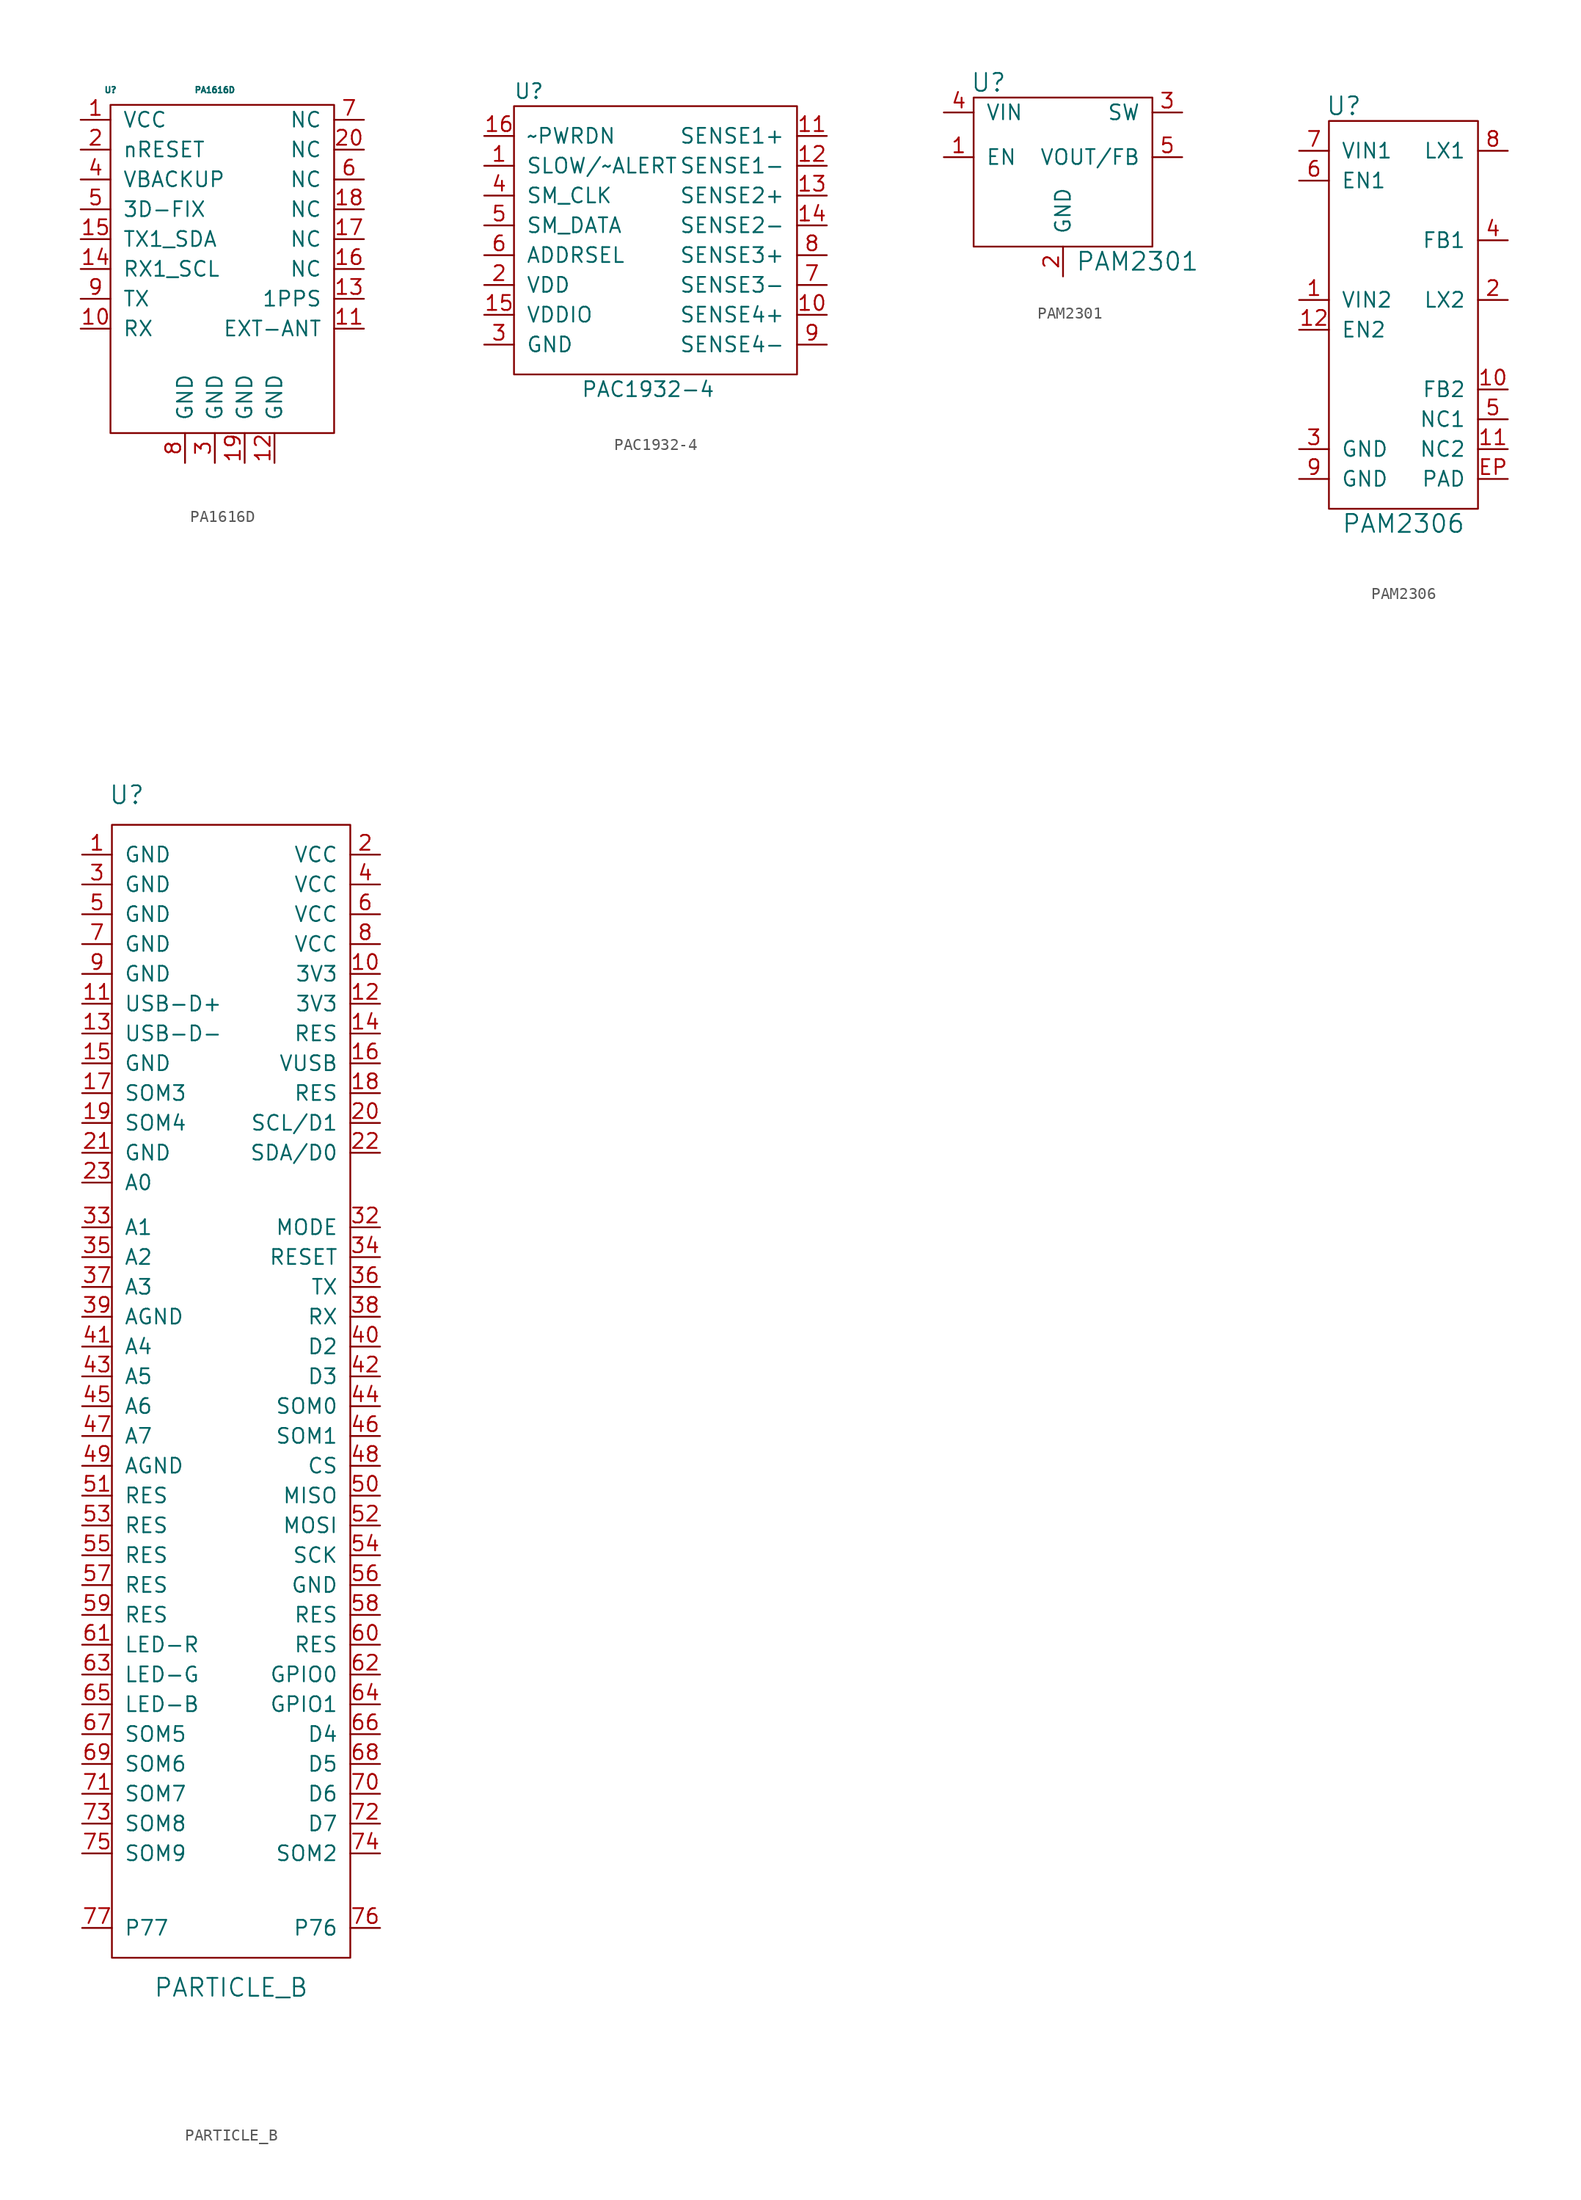
<source format=kicad_sym>
(kicad_symbol_lib
  (version 20210619)
  (generator kicad_symbol_editor)
  (symbol "tinkerforge:PA1616D"
    (pin_names
      (offset 1.016))
    (property "Reference" "U"
      (at -10.16 12.7 0)
      (effects (font (size 0.508 0.508))))
    (property "Value" "PA1616D"
      (at -1.27 12.7 0)
      (effects (font (size 0.508 0.508))))
    (symbol "PA1616D_0_1"
      (rectangle (start -10.16 11.43) (end 8.89 -16.51) (stroke (width 0)) (fill (type none))))
    (symbol "PA1616D_1_1"
      (pin input line (at -12.7 10.16 0) (length 2.54) (name "VCC" (effects (font (size 1.27 1.27)))) (number "1" (effects (font (size 1.27 1.27)))))
      (pin input line (at -12.7 -7.62 0) (length 2.54) (name "RX" (effects (font (size 1.27 1.27)))) (number "10" (effects (font (size 1.27 1.27)))))
      (pin input line (at 11.43 -7.62 180) (length 2.54) (name "EXT-ANT" (effects (font (size 1.27 1.27)))) (number "11" (effects (font (size 1.27 1.27)))))
      (pin input line (at 3.81 -19.05 90) (length 2.54) (name "GND" (effects (font (size 1.27 1.27)))) (number "12" (effects (font (size 1.27 1.27)))))
      (pin input line (at 11.43 -5.08 180) (length 2.54) (name "1PPS" (effects (font (size 1.27 1.27)))) (number "13" (effects (font (size 1.27 1.27)))))
      (pin input line (at -12.7 -2.54 0) (length 2.54) (name "RX1_SCL" (effects (font (size 1.27 1.27)))) (number "14" (effects (font (size 1.27 1.27)))))
      (pin input line (at -12.7 0 0) (length 2.54) (name "TX1_SDA" (effects (font (size 1.27 1.27)))) (number "15" (effects (font (size 1.27 1.27)))))
      (pin input line (at 11.43 -2.54 180) (length 2.54) (name "NC" (effects (font (size 1.27 1.27)))) (number "16" (effects (font (size 1.27 1.27)))))
      (pin input line (at 11.43 0 180) (length 2.54) (name "NC" (effects (font (size 1.27 1.27)))) (number "17" (effects (font (size 1.27 1.27)))))
      (pin input line (at 11.43 2.54 180) (length 2.54) (name "NC" (effects (font (size 1.27 1.27)))) (number "18" (effects (font (size 1.27 1.27)))))
      (pin input line (at 1.27 -19.05 90) (length 2.54) (name "GND" (effects (font (size 1.27 1.27)))) (number "19" (effects (font (size 1.27 1.27)))))
      (pin input line (at -12.7 7.62 0) (length 2.54) (name "nRESET" (effects (font (size 1.27 1.27)))) (number "2" (effects (font (size 1.27 1.27)))))
      (pin input line (at 11.43 7.62 180) (length 2.54) (name "NC" (effects (font (size 1.27 1.27)))) (number "20" (effects (font (size 1.27 1.27)))))
      (pin input line (at -1.27 -19.05 90) (length 2.54) (name "GND" (effects (font (size 1.27 1.27)))) (number "3" (effects (font (size 1.27 1.27)))))
      (pin input line (at -12.7 5.08 0) (length 2.54) (name "VBACKUP" (effects (font (size 1.27 1.27)))) (number "4" (effects (font (size 1.27 1.27)))))
      (pin input line (at -12.7 2.54 0) (length 2.54) (name "3D-FIX" (effects (font (size 1.27 1.27)))) (number "5" (effects (font (size 1.27 1.27)))))
      (pin input line (at 11.43 5.08 180) (length 2.54) (name "NC" (effects (font (size 1.27 1.27)))) (number "6" (effects (font (size 1.27 1.27)))))
      (pin input line (at 11.43 10.16 180) (length 2.54) (name "NC" (effects (font (size 1.27 1.27)))) (number "7" (effects (font (size 1.27 1.27)))))
      (pin input line (at -3.81 -19.05 90) (length 2.54) (name "GND" (effects (font (size 1.27 1.27)))) (number "8" (effects (font (size 1.27 1.27)))))
      (pin input line (at -12.7 -5.08 0) (length 2.54) (name "TX" (effects (font (size 1.27 1.27)))) (number "9" (effects (font (size 1.27 1.27)))))))
  (symbol "tinkerforge:PAC1932-4"
    (pin_names
      (offset 1.016))
    (property "Reference" "U"
      (at -31.75 -5.08 0)
      (effects (font (size 1.27 1.27))))
    (property "Value" "PAC1932-4"
      (at -21.59 -30.48 0)
      (effects (font (size 1.27 1.27))))
    (symbol "PAC1932-4_0_1"
      (rectangle (start -33.02 -6.35) (end -8.89 -29.21) (stroke (width 0)) (fill (type none))))
    (symbol "PAC1932-4_1_1"
      (pin passive line (at -35.56 -11.43 0) (length 2.54) (name "SLOW/~ALERT" (effects (font (size 1.27 1.27)))) (number "1" (effects (font (size 1.27 1.27)))))
      (pin passive line (at -6.35 -24.13 180) (length 2.54) (name "SENSE4+" (effects (font (size 1.27 1.27)))) (number "10" (effects (font (size 1.27 1.27)))))
      (pin passive line (at -6.35 -8.89 180) (length 2.54) (name "SENSE1+" (effects (font (size 1.27 1.27)))) (number "11" (effects (font (size 1.27 1.27)))))
      (pin passive line (at -6.35 -11.43 180) (length 2.54) (name "SENSE1-" (effects (font (size 1.27 1.27)))) (number "12" (effects (font (size 1.27 1.27)))))
      (pin passive line (at -6.35 -13.97 180) (length 2.54) (name "SENSE2+" (effects (font (size 1.27 1.27)))) (number "13" (effects (font (size 1.27 1.27)))))
      (pin passive line (at -6.35 -16.51 180) (length 2.54) (name "SENSE2-" (effects (font (size 1.27 1.27)))) (number "14" (effects (font (size 1.27 1.27)))))
      (pin passive line (at -35.56 -24.13 0) (length 2.54) (name "VDDIO" (effects (font (size 1.27 1.27)))) (number "15" (effects (font (size 1.27 1.27)))))
      (pin passive line (at -35.56 -8.89 0) (length 2.54) (name "~PWRDN" (effects (font (size 1.27 1.27)))) (number "16" (effects (font (size 1.27 1.27)))))
      (pin passive line (at -35.56 -21.59 0) (length 2.54) (name "VDD" (effects (font (size 1.27 1.27)))) (number "2" (effects (font (size 1.27 1.27)))))
      (pin passive line (at -35.56 -26.67 0) (length 2.54) (name "GND" (effects (font (size 1.27 1.27)))) (number "3" (effects (font (size 1.27 1.27)))))
      (pin passive line (at -35.56 -13.97 0) (length 2.54) (name "SM_CLK" (effects (font (size 1.27 1.27)))) (number "4" (effects (font (size 1.27 1.27)))))
      (pin passive line (at -35.56 -16.51 0) (length 2.54) (name "SM_DATA" (effects (font (size 1.27 1.27)))) (number "5" (effects (font (size 1.27 1.27)))))
      (pin passive line (at -35.56 -19.05 0) (length 2.54) (name "ADDRSEL" (effects (font (size 1.27 1.27)))) (number "6" (effects (font (size 1.27 1.27)))))
      (pin passive line (at -6.35 -21.59 180) (length 2.54) (name "SENSE3-" (effects (font (size 1.27 1.27)))) (number "7" (effects (font (size 1.27 1.27)))))
      (pin passive line (at -6.35 -19.05 180) (length 2.54) (name "SENSE3+" (effects (font (size 1.27 1.27)))) (number "8" (effects (font (size 1.27 1.27)))))
      (pin passive line (at -6.35 -26.67 180) (length 2.54) (name "SENSE4-" (effects (font (size 1.27 1.27)))) (number "9" (effects (font (size 1.27 1.27)))))))
  (symbol "tinkerforge:PAM2301"
    (pin_names
      (offset 1.016))
    (property "Reference" "U"
      (at -6.35 5.08 0)
      (effects (font (size 1.524 1.524))))
    (property "Value" "PAM2301"
      (at 6.35 -10.16 0)
      (effects (font (size 1.524 1.524))))
    (property "Footprint" ""
      (at 0 0 0)
      (effects (font (size 1.524 1.524))))
    (property "Datasheet" ""
      (at 0 0 0)
      (effects (font (size 1.524 1.524))))
    (symbol "PAM2301_0_1"
      (rectangle (start -7.62 3.81) (end 7.62 -8.89) (stroke (width 0)) (fill (type none))))
    (symbol "PAM2301_1_1"
      (pin passive line (at -10.16 -1.27 0) (length 2.54) (name "EN" (effects (font (size 1.27 1.27)))) (number "1" (effects (font (size 1.27 1.27)))))
      (pin passive line (at 0 -11.43 90) (length 2.54) (name "GND" (effects (font (size 1.27 1.27)))) (number "2" (effects (font (size 1.27 1.27)))))
      (pin passive line (at 10.16 2.54 180) (length 2.54) (name "SW" (effects (font (size 1.27 1.27)))) (number "3" (effects (font (size 1.27 1.27)))))
      (pin passive line (at -10.16 2.54 0) (length 2.54) (name "VIN" (effects (font (size 1.27 1.27)))) (number "4" (effects (font (size 1.27 1.27)))))
      (pin passive line (at 10.16 -1.27 180) (length 2.54) (name "VOUT/FB" (effects (font (size 1.27 1.27)))) (number "5" (effects (font (size 1.27 1.27)))))))
  (symbol "tinkerforge:PAM2306"
    (pin_names
      (offset 1.016))
    (property "Reference" "U"
      (at -5.08 16.51 0)
      (effects (font (size 1.524 1.524))))
    (property "Value" "PAM2306"
      (at 0 -19.05 0)
      (effects (font (size 1.524 1.524))))
    (symbol "PAM2306_0_1"
      (rectangle (start 6.35 -17.78) (end -6.35 15.24) (stroke (width 0)) (fill (type none))))
    (symbol "PAM2306_1_1"
      (pin passive line (at -8.89 0 0) (length 2.54) (name "VIN2" (effects (font (size 1.27 1.27)))) (number "1" (effects (font (size 1.27 1.27)))))
      (pin passive line (at 8.89 -7.62 180) (length 2.54) (name "FB2" (effects (font (size 1.27 1.27)))) (number "10" (effects (font (size 1.27 1.27)))))
      (pin passive line (at 8.89 -12.7 180) (length 2.54) (name "NC2" (effects (font (size 1.27 1.27)))) (number "11" (effects (font (size 1.27 1.27)))))
      (pin passive line (at -8.89 -2.54 0) (length 2.54) (name "EN2" (effects (font (size 1.27 1.27)))) (number "12" (effects (font (size 1.27 1.27)))))
      (pin passive line (at 8.89 0 180) (length 2.54) (name "LX2" (effects (font (size 1.27 1.27)))) (number "2" (effects (font (size 1.27 1.27)))))
      (pin passive line (at -8.89 -12.7 0) (length 2.54) (name "GND" (effects (font (size 1.27 1.27)))) (number "3" (effects (font (size 1.27 1.27)))))
      (pin passive line (at 8.89 5.08 180) (length 2.54) (name "FB1" (effects (font (size 1.27 1.27)))) (number "4" (effects (font (size 1.27 1.27)))))
      (pin passive line (at 8.89 -10.16 180) (length 2.54) (name "NC1" (effects (font (size 1.27 1.27)))) (number "5" (effects (font (size 1.27 1.27)))))
      (pin passive line (at -8.89 10.16 0) (length 2.54) (name "EN1" (effects (font (size 1.27 1.27)))) (number "6" (effects (font (size 1.27 1.27)))))
      (pin passive line (at -8.89 12.7 0) (length 2.54) (name "VIN1" (effects (font (size 1.27 1.27)))) (number "7" (effects (font (size 1.27 1.27)))))
      (pin passive line (at 8.89 12.7 180) (length 2.54) (name "LX1" (effects (font (size 1.27 1.27)))) (number "8" (effects (font (size 1.27 1.27)))))
      (pin passive line (at -8.89 -15.24 0) (length 2.54) (name "GND" (effects (font (size 1.27 1.27)))) (number "9" (effects (font (size 1.27 1.27)))))
      (pin passive line (at 8.89 -15.24 180) (length 2.54) (name "PAD" (effects (font (size 1.27 1.27)))) (number "EP" (effects (font (size 1.27 1.27)))))))
  (symbol "tinkerforge:PARTICLE_B"
    (pin_names
      (offset 1.016))
    (property "Reference" "U"
      (at -8.89 50.8 0)
      (effects (font (size 1.524 1.524))))
    (property "Value" "PARTICLE_B"
      (at 0 -50.8 0)
      (effects (font (size 1.524 1.524))))
    (symbol "PARTICLE_B_0_1"
      (rectangle (start -10.16 48.26) (end 10.16 -48.26) (stroke (width 0)) (fill (type none))))
    (symbol "PARTICLE_B_1_1"
      (pin passive line (at -12.7 45.72 0) (length 2.54) (name "GND" (effects (font (size 1.27 1.27)))) (number "1" (effects (font (size 1.27 1.27)))))
      (pin passive line (at 12.7 35.56 180) (length 2.54) (name "3V3" (effects (font (size 1.27 1.27)))) (number "10" (effects (font (size 1.27 1.27)))))
      (pin passive line (at -12.7 33.02 0) (length 2.54) (name "USB-D+" (effects (font (size 1.27 1.27)))) (number "11" (effects (font (size 1.27 1.27)))))
      (pin passive line (at 12.7 33.02 180) (length 2.54) (name "3V3" (effects (font (size 1.27 1.27)))) (number "12" (effects (font (size 1.27 1.27)))))
      (pin passive line (at -12.7 30.48 0) (length 2.54) (name "USB-D-" (effects (font (size 1.27 1.27)))) (number "13" (effects (font (size 1.27 1.27)))))
      (pin passive line (at 12.7 30.48 180) (length 2.54) (name "RES" (effects (font (size 1.27 1.27)))) (number "14" (effects (font (size 1.27 1.27)))))
      (pin passive line (at -12.7 27.94 0) (length 2.54) (name "GND" (effects (font (size 1.27 1.27)))) (number "15" (effects (font (size 1.27 1.27)))))
      (pin passive line (at 12.7 27.94 180) (length 2.54) (name "VUSB" (effects (font (size 1.27 1.27)))) (number "16" (effects (font (size 1.27 1.27)))))
      (pin passive line (at -12.7 25.4 0) (length 2.54) (name "SOM3" (effects (font (size 1.27 1.27)))) (number "17" (effects (font (size 1.27 1.27)))))
      (pin passive line (at 12.7 25.4 180) (length 2.54) (name "RES" (effects (font (size 1.27 1.27)))) (number "18" (effects (font (size 1.27 1.27)))))
      (pin passive line (at -12.7 22.86 0) (length 2.54) (name "SOM4" (effects (font (size 1.27 1.27)))) (number "19" (effects (font (size 1.27 1.27)))))
      (pin passive line (at 12.7 45.72 180) (length 2.54) (name "VCC" (effects (font (size 1.27 1.27)))) (number "2" (effects (font (size 1.27 1.27)))))
      (pin passive line (at 12.7 22.86 180) (length 2.54) (name "SCL/D1" (effects (font (size 1.27 1.27)))) (number "20" (effects (font (size 1.27 1.27)))))
      (pin passive line (at -12.7 20.32 0) (length 2.54) (name "GND" (effects (font (size 1.27 1.27)))) (number "21" (effects (font (size 1.27 1.27)))))
      (pin passive line (at 12.7 20.32 180) (length 2.54) (name "SDA/D0" (effects (font (size 1.27 1.27)))) (number "22" (effects (font (size 1.27 1.27)))))
      (pin passive line (at -12.7 17.78 0) (length 2.54) (name "A0" (effects (font (size 1.27 1.27)))) (number "23" (effects (font (size 1.27 1.27)))))
      (pin passive line (at -12.7 43.18 0) (length 2.54) (name "GND" (effects (font (size 1.27 1.27)))) (number "3" (effects (font (size 1.27 1.27)))))
      (pin passive line (at 12.7 13.97 180) (length 2.54) (name "MODE" (effects (font (size 1.27 1.27)))) (number "32" (effects (font (size 1.27 1.27)))))
      (pin passive line (at -12.7 13.97 0) (length 2.54) (name "A1" (effects (font (size 1.27 1.27)))) (number "33" (effects (font (size 1.27 1.27)))))
      (pin passive line (at 12.7 11.43 180) (length 2.54) (name "RESET" (effects (font (size 1.27 1.27)))) (number "34" (effects (font (size 1.27 1.27)))))
      (pin passive line (at -12.7 11.43 0) (length 2.54) (name "A2" (effects (font (size 1.27 1.27)))) (number "35" (effects (font (size 1.27 1.27)))))
      (pin passive line (at 12.7 8.89 180) (length 2.54) (name "TX" (effects (font (size 1.27 1.27)))) (number "36" (effects (font (size 1.27 1.27)))))
      (pin passive line (at -12.7 8.89 0) (length 2.54) (name "A3" (effects (font (size 1.27 1.27)))) (number "37" (effects (font (size 1.27 1.27)))))
      (pin passive line (at 12.7 6.35 180) (length 2.54) (name "RX" (effects (font (size 1.27 1.27)))) (number "38" (effects (font (size 1.27 1.27)))))
      (pin passive line (at -12.7 6.35 0) (length 2.54) (name "AGND" (effects (font (size 1.27 1.27)))) (number "39" (effects (font (size 1.27 1.27)))))
      (pin passive line (at 12.7 43.18 180) (length 2.54) (name "VCC" (effects (font (size 1.27 1.27)))) (number "4" (effects (font (size 1.27 1.27)))))
      (pin passive line (at 12.7 3.81 180) (length 2.54) (name "D2" (effects (font (size 1.27 1.27)))) (number "40" (effects (font (size 1.27 1.27)))))
      (pin passive line (at -12.7 3.81 0) (length 2.54) (name "A4" (effects (font (size 1.27 1.27)))) (number "41" (effects (font (size 1.27 1.27)))))
      (pin passive line (at 12.7 1.27 180) (length 2.54) (name "D3" (effects (font (size 1.27 1.27)))) (number "42" (effects (font (size 1.27 1.27)))))
      (pin passive line (at -12.7 1.27 0) (length 2.54) (name "A5" (effects (font (size 1.27 1.27)))) (number "43" (effects (font (size 1.27 1.27)))))
      (pin passive line (at 12.7 -1.27 180) (length 2.54) (name "SOM0" (effects (font (size 1.27 1.27)))) (number "44" (effects (font (size 1.27 1.27)))))
      (pin passive line (at -12.7 -1.27 0) (length 2.54) (name "A6" (effects (font (size 1.27 1.27)))) (number "45" (effects (font (size 1.27 1.27)))))
      (pin passive line (at 12.7 -3.81 180) (length 2.54) (name "SOM1" (effects (font (size 1.27 1.27)))) (number "46" (effects (font (size 1.27 1.27)))))
      (pin passive line (at -12.7 -3.81 0) (length 2.54) (name "A7" (effects (font (size 1.27 1.27)))) (number "47" (effects (font (size 1.27 1.27)))))
      (pin passive line (at 12.7 -6.35 180) (length 2.54) (name "CS" (effects (font (size 1.27 1.27)))) (number "48" (effects (font (size 1.27 1.27)))))
      (pin passive line (at -12.7 -6.35 0) (length 2.54) (name "AGND" (effects (font (size 1.27 1.27)))) (number "49" (effects (font (size 1.27 1.27)))))
      (pin passive line (at -12.7 40.64 0) (length 2.54) (name "GND" (effects (font (size 1.27 1.27)))) (number "5" (effects (font (size 1.27 1.27)))))
      (pin passive line (at 12.7 -8.89 180) (length 2.54) (name "MISO" (effects (font (size 1.27 1.27)))) (number "50" (effects (font (size 1.27 1.27)))))
      (pin passive line (at -12.7 -8.89 0) (length 2.54) (name "RES" (effects (font (size 1.27 1.27)))) (number "51" (effects (font (size 1.27 1.27)))))
      (pin passive line (at 12.7 -11.43 180) (length 2.54) (name "MOSI" (effects (font (size 1.27 1.27)))) (number "52" (effects (font (size 1.27 1.27)))))
      (pin passive line (at -12.7 -11.43 0) (length 2.54) (name "RES" (effects (font (size 1.27 1.27)))) (number "53" (effects (font (size 1.27 1.27)))))
      (pin passive line (at 12.7 -13.97 180) (length 2.54) (name "SCK" (effects (font (size 1.27 1.27)))) (number "54" (effects (font (size 1.27 1.27)))))
      (pin passive line (at -12.7 -13.97 0) (length 2.54) (name "RES" (effects (font (size 1.27 1.27)))) (number "55" (effects (font (size 1.27 1.27)))))
      (pin passive line (at 12.7 -16.51 180) (length 2.54) (name "GND" (effects (font (size 1.27 1.27)))) (number "56" (effects (font (size 1.27 1.27)))))
      (pin passive line (at -12.7 -16.51 0) (length 2.54) (name "RES" (effects (font (size 1.27 1.27)))) (number "57" (effects (font (size 1.27 1.27)))))
      (pin passive line (at 12.7 -19.05 180) (length 2.54) (name "RES" (effects (font (size 1.27 1.27)))) (number "58" (effects (font (size 1.27 1.27)))))
      (pin passive line (at -12.7 -19.05 0) (length 2.54) (name "RES" (effects (font (size 1.27 1.27)))) (number "59" (effects (font (size 1.27 1.27)))))
      (pin passive line (at 12.7 40.64 180) (length 2.54) (name "VCC" (effects (font (size 1.27 1.27)))) (number "6" (effects (font (size 1.27 1.27)))))
      (pin passive line (at 12.7 -21.59 180) (length 2.54) (name "RES" (effects (font (size 1.27 1.27)))) (number "60" (effects (font (size 1.27 1.27)))))
      (pin passive line (at -12.7 -21.59 0) (length 2.54) (name "LED-R" (effects (font (size 1.27 1.27)))) (number "61" (effects (font (size 1.27 1.27)))))
      (pin passive line (at 12.7 -24.13 180) (length 2.54) (name "GPIO0" (effects (font (size 1.27 1.27)))) (number "62" (effects (font (size 1.27 1.27)))))
      (pin passive line (at -12.7 -24.13 0) (length 2.54) (name "LED-G" (effects (font (size 1.27 1.27)))) (number "63" (effects (font (size 1.27 1.27)))))
      (pin passive line (at 12.7 -26.67 180) (length 2.54) (name "GPIO1" (effects (font (size 1.27 1.27)))) (number "64" (effects (font (size 1.27 1.27)))))
      (pin passive line (at -12.7 -26.67 0) (length 2.54) (name "LED-B" (effects (font (size 1.27 1.27)))) (number "65" (effects (font (size 1.27 1.27)))))
      (pin passive line (at 12.7 -29.21 180) (length 2.54) (name "D4" (effects (font (size 1.27 1.27)))) (number "66" (effects (font (size 1.27 1.27)))))
      (pin passive line (at -12.7 -29.21 0) (length 2.54) (name "SOM5" (effects (font (size 1.27 1.27)))) (number "67" (effects (font (size 1.27 1.27)))))
      (pin passive line (at 12.7 -31.75 180) (length 2.54) (name "D5" (effects (font (size 1.27 1.27)))) (number "68" (effects (font (size 1.27 1.27)))))
      (pin passive line (at -12.7 -31.75 0) (length 2.54) (name "SOM6" (effects (font (size 1.27 1.27)))) (number "69" (effects (font (size 1.27 1.27)))))
      (pin passive line (at -12.7 38.1 0) (length 2.54) (name "GND" (effects (font (size 1.27 1.27)))) (number "7" (effects (font (size 1.27 1.27)))))
      (pin passive line (at 12.7 -34.29 180) (length 2.54) (name "D6" (effects (font (size 1.27 1.27)))) (number "70" (effects (font (size 1.27 1.27)))))
      (pin passive line (at -12.7 -34.29 0) (length 2.54) (name "SOM7" (effects (font (size 1.27 1.27)))) (number "71" (effects (font (size 1.27 1.27)))))
      (pin passive line (at 12.7 -36.83 180) (length 2.54) (name "D7" (effects (font (size 1.27 1.27)))) (number "72" (effects (font (size 1.27 1.27)))))
      (pin passive line (at -12.7 -36.83 0) (length 2.54) (name "SOM8" (effects (font (size 1.27 1.27)))) (number "73" (effects (font (size 1.27 1.27)))))
      (pin passive line (at 12.7 -39.37 180) (length 2.54) (name "SOM2" (effects (font (size 1.27 1.27)))) (number "74" (effects (font (size 1.27 1.27)))))
      (pin passive line (at -12.7 -39.37 0) (length 2.54) (name "SOM9" (effects (font (size 1.27 1.27)))) (number "75" (effects (font (size 1.27 1.27)))))
      (pin passive line (at 12.7 -45.72 180) (length 2.54) (name "P76" (effects (font (size 1.27 1.27)))) (number "76" (effects (font (size 1.27 1.27)))))
      (pin passive line (at -12.7 -45.72 0) (length 2.54) (name "P77" (effects (font (size 1.27 1.27)))) (number "77" (effects (font (size 1.27 1.27)))))
      (pin passive line (at 12.7 38.1 180) (length 2.54) (name "VCC" (effects (font (size 1.27 1.27)))) (number "8" (effects (font (size 1.27 1.27)))))
      (pin passive line (at -12.7 35.56 0) (length 2.54) (name "GND" (effects (font (size 1.27 1.27)))) (number "9" (effects (font (size 1.27 1.27))))))))
</source>
